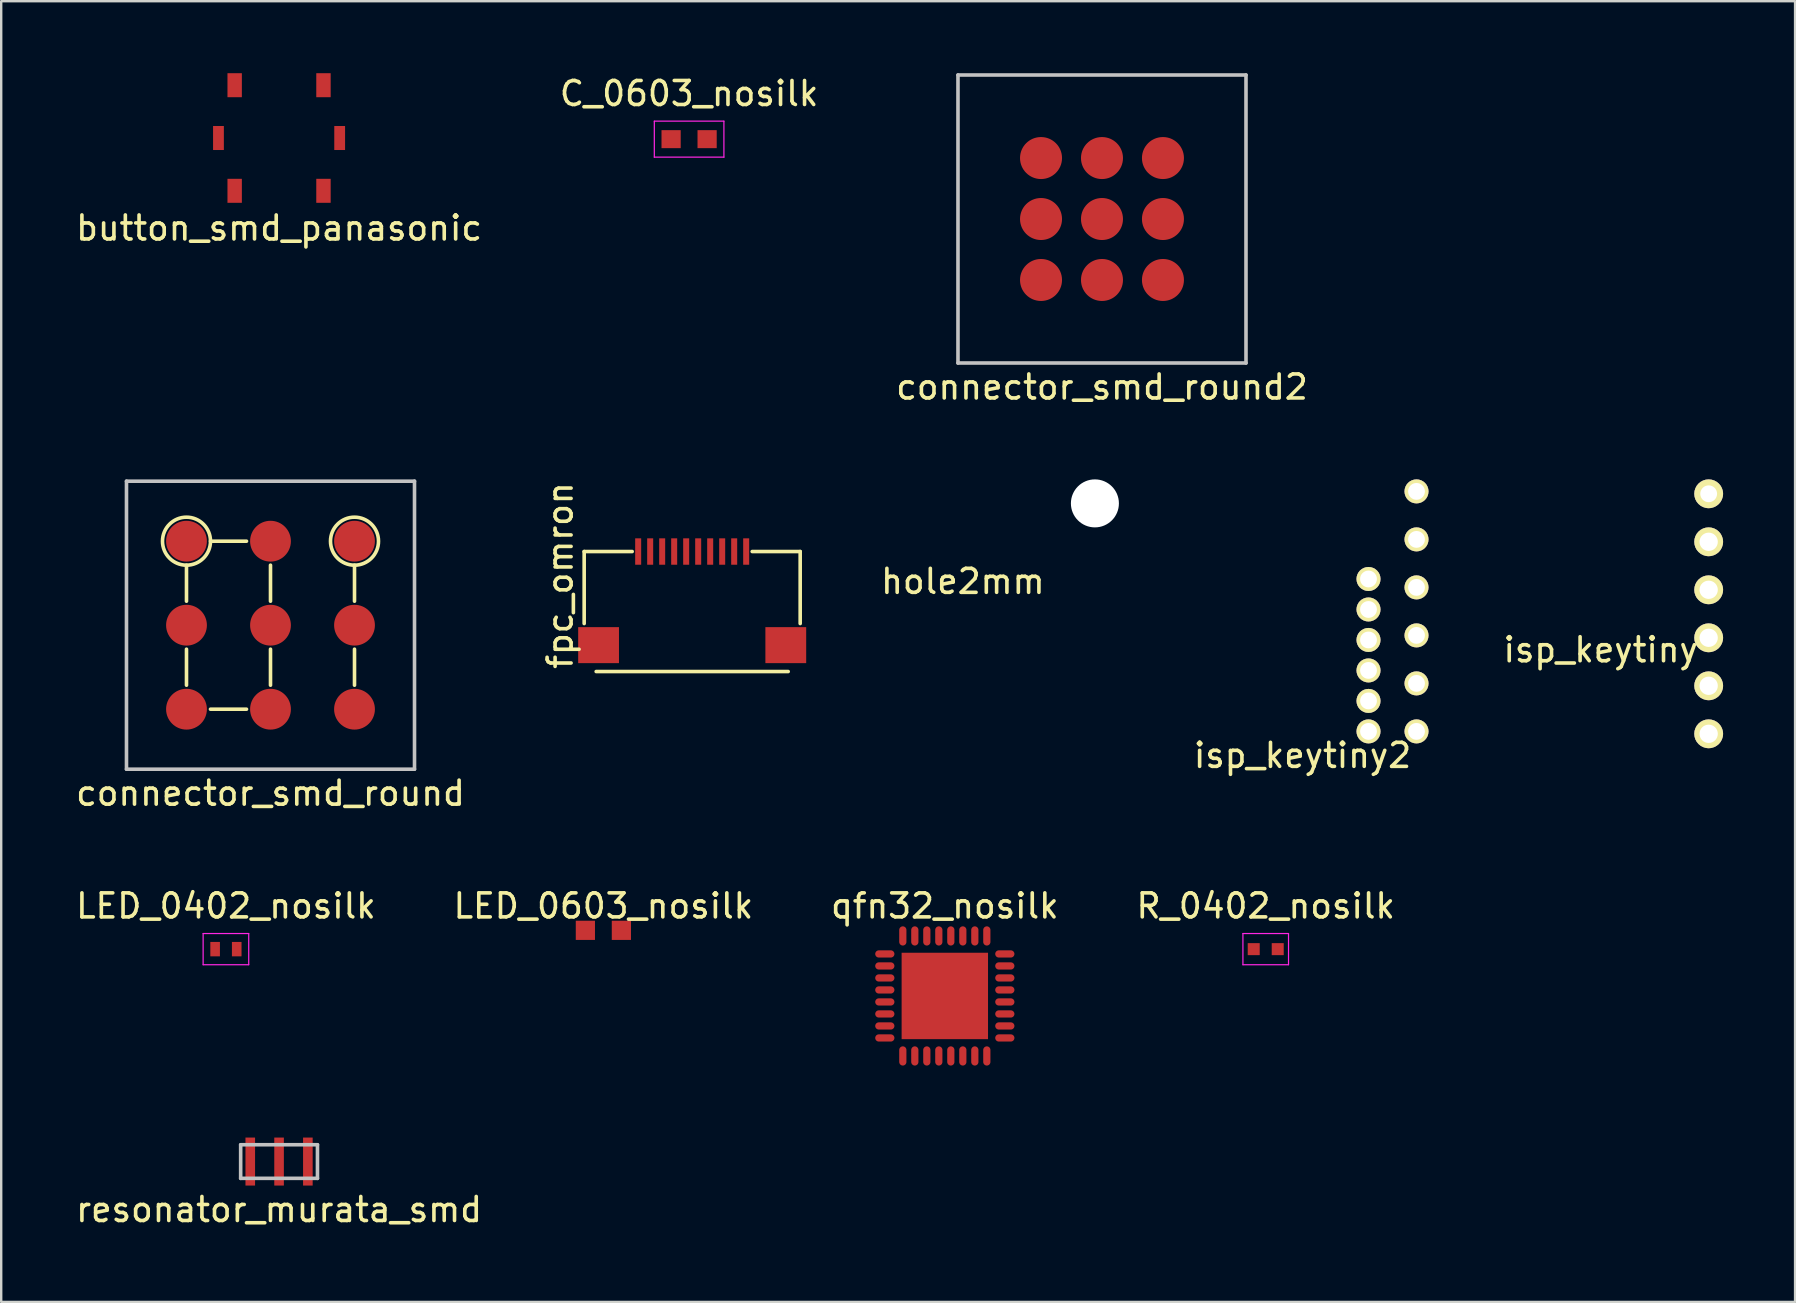
<source format=kicad_pcb>
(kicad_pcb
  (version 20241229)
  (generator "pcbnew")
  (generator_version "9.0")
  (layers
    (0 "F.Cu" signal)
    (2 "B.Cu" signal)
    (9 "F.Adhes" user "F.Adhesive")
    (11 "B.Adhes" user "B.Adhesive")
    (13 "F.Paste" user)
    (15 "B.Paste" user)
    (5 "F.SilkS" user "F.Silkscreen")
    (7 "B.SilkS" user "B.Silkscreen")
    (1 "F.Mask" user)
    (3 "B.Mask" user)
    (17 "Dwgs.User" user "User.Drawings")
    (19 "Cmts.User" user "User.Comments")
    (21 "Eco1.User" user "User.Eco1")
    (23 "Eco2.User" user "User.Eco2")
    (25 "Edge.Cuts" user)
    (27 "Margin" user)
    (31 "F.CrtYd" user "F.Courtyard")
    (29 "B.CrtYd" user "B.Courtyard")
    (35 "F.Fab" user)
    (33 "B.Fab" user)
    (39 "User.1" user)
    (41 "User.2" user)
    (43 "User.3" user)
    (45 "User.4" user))
  (footprint "LED_0402_nosilk"
    (layer "F.Cu")
    (at 6.363 36.495)
    (property "Reference" "LED_0402_nosilk" (at 0 -1.8 0) (layer "F.SilkS") (effects (font (size 1 1) (thickness 0.15))))
    (attr smd)
    (fp_line (start -0.95 -0.65) (end -0.95 0.65) (stroke (width 0.05) (type solid)) (layer "F.CrtYd"))
    (fp_line (start -0.95 -0.65) (end 0.95 -0.65) (stroke (width 0.05) (type solid)) (layer "F.CrtYd"))
    (fp_line (start -0.95 0.65) (end 0.95 0.65) (stroke (width 0.05) (type solid)) (layer "F.CrtYd"))
    (fp_line (start 0.95 -0.65) (end 0.95 0.65) (stroke (width 0.05) (type solid)) (layer "F.CrtYd"))
    (pad "1" smd rect (at -0.45 0) (size 0.4 0.6) (layers "F.Cu" "F.Mask" "F.Paste"))
    (pad "2" smd rect (at 0.45 0) (size 0.4 0.6) (layers "F.Cu" "F.Mask" "F.Paste")))
  (footprint "qfn32_nosilk"
    (layer "F.Cu")
    (at 36.315 38.445)
    (property "Reference" "qfn32_nosilk" (at 0 -3.75 0) (layer "F.SilkS") (effects (font (size 1 1) (thickness 0.15))))
    (attr through_hole)
    (pad "" smd rect (at 0 0) (size 2.7 2.7) (layers "F.Paste"))
    (pad "1" smd oval (at -2.5 -1.75) (size 0.8 0.3) (layers "F.Cu" "F.Mask" "F.Paste"))
    (pad "2" smd oval (at -2.5 -1.25) (size 0.8 0.3) (layers "F.Cu" "F.Mask" "F.Paste"))
    (pad "3" smd oval (at -2.5 -0.75) (size 0.8 0.3) (layers "F.Cu" "F.Mask" "F.Paste"))
    (pad "4" smd oval (at -2.5 -0.25) (size 0.8 0.3) (layers "F.Cu" "F.Mask" "F.Paste"))
    (pad "5" smd oval (at -2.5 0.25) (size 0.8 0.3) (layers "F.Cu" "F.Mask" "F.Paste"))
    (pad "6" smd oval (at -2.5 0.75) (size 0.8 0.3) (layers "F.Cu" "F.Mask" "F.Paste"))
    (pad "7" smd oval (at -2.5 1.25) (size 0.8 0.3) (layers "F.Cu" "F.Mask" "F.Paste"))
    (pad "8" smd oval (at -2.5 1.75) (size 0.8 0.3) (layers "F.Cu" "F.Mask" "F.Paste"))
    (pad "9" smd oval (at -1.75 2.5 90) (size 0.8 0.3) (layers "F.Cu" "F.Mask" "F.Paste"))
    (pad "10" smd oval (at -1.25 2.5 90) (size 0.8 0.3) (layers "F.Cu" "F.Mask" "F.Paste"))
    (pad "11" smd oval (at -0.75 2.5 90) (size 0.8 0.3) (layers "F.Cu" "F.Mask" "F.Paste"))
    (pad "12" smd oval (at -0.25 2.5 90) (size 0.8 0.3) (layers "F.Cu" "F.Mask" "F.Paste"))
    (pad "13" smd oval (at 0.25 2.5 90) (size 0.8 0.3) (layers "F.Cu" "F.Mask" "F.Paste"))
    (pad "14" smd oval (at 0.75 2.5 90) (size 0.8 0.3) (layers "F.Cu" "F.Mask" "F.Paste"))
    (pad "15" smd oval (at 1.25 2.5 90) (size 0.8 0.3) (layers "F.Cu" "F.Mask" "F.Paste"))
    (pad "16" smd oval (at 1.75 2.5 90) (size 0.8 0.3) (layers "F.Cu" "F.Mask" "F.Paste"))
    (pad "17" smd oval (at 2.5 1.75) (size 0.8 0.3) (layers "F.Cu" "F.Mask" "F.Paste"))
    (pad "18" smd oval (at 2.5 1.25) (size 0.8 0.3) (layers "F.Cu" "F.Mask" "F.Paste"))
    (pad "19" smd oval (at 2.5 0.75) (size 0.8 0.3) (layers "F.Cu" "F.Mask" "F.Paste"))
    (pad "20" smd oval (at 2.5 0.25) (size 0.8 0.3) (layers "F.Cu" "F.Mask" "F.Paste"))
    (pad "21" smd oval (at 2.5 -0.25) (size 0.8 0.3) (layers "F.Cu" "F.Mask" "F.Paste"))
    (pad "22" smd oval (at 2.5 -0.75) (size 0.8 0.3) (layers "F.Cu" "F.Mask" "F.Paste"))
    (pad "23" smd oval (at 2.5 -1.25) (size 0.8 0.3) (layers "F.Cu" "F.Mask" "F.Paste"))
    (pad "24" smd oval (at 2.5 -1.75) (size 0.8 0.3) (layers "F.Cu" "F.Mask" "F.Paste"))
    (pad "25" smd oval (at 1.75 -2.5 90) (size 0.8 0.3) (layers "F.Cu" "F.Mask" "F.Paste"))
    (pad "26" smd oval (at 1.25 -2.5 90) (size 0.8 0.3) (layers "F.Cu" "F.Mask" "F.Paste"))
    (pad "27" smd oval (at 0.75 -2.5 90) (size 0.8 0.3) (layers "F.Cu" "F.Mask" "F.Paste"))
    (pad "28" smd oval (at 0.25 -2.5 90) (size 0.8 0.3) (layers "F.Cu" "F.Mask" "F.Paste"))
    (pad "29" smd oval (at -0.25 -2.5 90) (size 0.8 0.3) (layers "F.Cu" "F.Mask" "F.Paste"))
    (pad "30" smd oval (at -0.75 -2.5 90) (size 0.8 0.3) (layers "F.Cu" "F.Mask" "F.Paste"))
    (pad "31" smd oval (at -1.25 -2.5 90) (size 0.8 0.3) (layers "F.Cu" "F.Mask" "F.Paste"))
    (pad "32" smd oval (at -1.75 -2.5 90) (size 0.8 0.3) (layers "F.Cu" "F.Mask" "F.Paste"))
    (pad "33" smd rect (at 0 0) (size 3.6 3.6) (layers "F.Cu" "F.Mask")))
  (footprint "resonator_murata_smd"
    (layer "F.Cu")
    (at 8.577 45.345)
    (property "Reference" "resonator_murata_smd" (at 0 2 0) (layer "F.SilkS") (effects (font (size 1 1) (thickness 0.15))))
    (attr through_hole)
    (fp_line (start -1.6 -0.7) (end 1.6 -0.7) (stroke (width 0.15) (type solid)) (layer "Dwgs.User"))
    (fp_line (start -1.6 0.7) (end -1.6 -0.7) (stroke (width 0.15) (type solid)) (layer "Dwgs.User"))
    (fp_line (start 1.6 -0.7) (end 1.6 0.7) (stroke (width 0.15) (type solid)) (layer "Dwgs.User"))
    (fp_line (start 1.6 0.7) (end -1.6 0.7) (stroke (width 0.15) (type solid)) (layer "Dwgs.User"))
    (pad "1" smd rect (at -1.2 0) (size 0.4 2) (layers "F.Cu" "F.Mask" "F.Paste"))
    (pad "2" smd rect (at 0 0) (size 0.4 2) (layers "F.Cu" "F.Mask" "F.Paste"))
    (pad "3" smd rect (at 1.2 0) (size 0.4 2) (layers "F.Cu" "F.Mask" "F.Paste")))
  (footprint "C_0603_nosilk"
    (layer "F.Cu")
    (at 25.661 2.748)
    (property "Reference" "C_0603_nosilk" (at 0 -1.9 0) (layer "F.SilkS") (effects (font (size 1 1) (thickness 0.15))))
    (attr smd)
    (fp_line (start -1.45 -0.75) (end -1.45 0.75) (stroke (width 0.05) (type solid)) (layer "F.CrtYd"))
    (fp_line (start -1.45 -0.75) (end 1.45 -0.75) (stroke (width 0.05) (type solid)) (layer "F.CrtYd"))
    (fp_line (start -1.45 0.75) (end 1.45 0.75) (stroke (width 0.05) (type solid)) (layer "F.CrtYd"))
    (fp_line (start 1.45 -0.75) (end 1.45 0.75) (stroke (width 0.05) (type solid)) (layer "F.CrtYd"))
    (pad "1" smd rect (at -0.75 0) (size 0.8 0.75) (layers "F.Cu" "F.Mask" "F.Paste"))
    (pad "2" smd rect (at 0.75 0) (size 0.8 0.75) (layers "F.Cu" "F.Mask" "F.Paste")))
  (footprint "fpc_omron"
    (layer "F.Cu")
    (at 25.789 19.929)
    (property "Reference" "fpc_omron" (at -5.5 1 90) (layer "F.SilkS") (effects (font (size 1 1) (thickness 0.15))))
    (attr through_hole)
    (fp_line (start -4.5 0) (end -4.5 3) (stroke (width 0.15) (type solid)) (layer "F.SilkS"))
    (fp_line (start -4 5) (end 4 5) (stroke (width 0.15) (type solid)) (layer "F.SilkS"))
    (fp_line (start -2.5 0) (end -4.5 0) (stroke (width 0.15) (type solid)) (layer "F.SilkS"))
    (fp_line (start 2.5 0) (end 4.5 0) (stroke (width 0.15) (type solid)) (layer "F.SilkS"))
    (fp_line (start 4.5 0) (end 4.5 3) (stroke (width 0.15) (type solid)) (layer "F.SilkS"))
    (pad "1" smd rect (at -2.25 0) (size 0.25 1.1) (layers "F.Cu" "F.Mask" "F.Paste"))
    (pad "2" smd rect (at -1.75 0) (size 0.25 1.1) (layers "F.Cu" "F.Mask" "F.Paste"))
    (pad "3" smd rect (at -1.25 0) (size 0.25 1.1) (layers "F.Cu" "F.Mask" "F.Paste"))
    (pad "4" smd rect (at -0.75 0) (size 0.25 1.1) (layers "F.Cu" "F.Mask" "F.Paste"))
    (pad "5" smd rect (at -0.25 0) (size 0.25 1.1) (layers "F.Cu" "F.Mask" "F.Paste"))
    (pad "6" smd rect (at 0.25 0) (size 0.25 1.1) (layers "F.Cu" "F.Mask" "F.Paste"))
    (pad "7" smd rect (at 0.75 0) (size 0.25 1.1) (layers "F.Cu" "F.Mask" "F.Paste"))
    (pad "8" smd rect (at 1.25 0) (size 0.25 1.1) (layers "F.Cu" "F.Mask" "F.Paste"))
    (pad "9" smd rect (at 1.75 0) (size 0.25 1.1) (layers "F.Cu" "F.Mask" "F.Paste"))
    (pad "10" smd rect (at 2.25 0) (size 0.25 1.1) (layers "F.Cu" "F.Mask" "F.Paste"))
    (pad "11" smd rect (at -3.9 3.9) (size 1.7 1.5) (layers "F.Cu" "F.Mask" "F.Paste"))
    (pad "12" smd rect (at 3.9 3.9) (size 1.7 1.5) (layers "F.Cu" "F.Mask" "F.Paste")))
  (footprint "connector_smd_round2"
    (layer "F.Cu")
    (at 42.863 6.075)
    (property "Reference" "connector_smd_round2" (at 0 7 0) (layer "F.SilkS") (effects (font (size 1 1) (thickness 0.15))))
    (attr through_hole)
    (fp_line (start -6 -6) (end 6 -6) (stroke (width 0.15) (type solid)) (layer "Dwgs.User"))
    (fp_line (start -6 6) (end -6 -6) (stroke (width 0.15) (type solid)) (layer "Dwgs.User"))
    (fp_line (start 6 -6) (end 6 6) (stroke (width 0.15) (type solid)) (layer "Dwgs.User"))
    (fp_line (start 6 6) (end -6 6) (stroke (width 0.15) (type solid)) (layer "Dwgs.User"))
    (pad "1" smd circle (at -2.54 -2.54) (size 1.75 1.75) (layers "F.Cu" "F.Mask" "F.Paste"))
    (pad "2" smd circle (at 0 -2.54) (size 1.75 1.75) (layers "F.Cu" "F.Mask" "F.Paste"))
    (pad "3" smd circle (at 2.54 -2.54) (size 1.75 1.75) (layers "F.Cu" "F.Mask" "F.Paste"))
    (pad "4" smd circle (at -2.54 0) (size 1.75 1.75) (layers "F.Cu" "F.Mask" "F.Paste"))
    (pad "5" smd circle (at 0 0) (size 1.75 1.75) (layers "F.Cu" "F.Mask" "F.Paste"))
    (pad "6" smd circle (at 2.54 0) (size 1.75 1.75) (layers "F.Cu" "F.Mask" "F.Paste"))
    (pad "7" smd circle (at -2.54 2.54) (size 1.75 1.75) (layers "F.Cu" "F.Mask" "F.Paste"))
    (pad "8" smd circle (at 0 2.54) (size 1.75 1.75) (layers "F.Cu" "F.Mask" "F.Paste"))
    (pad "9" smd circle (at 2.54 2.54) (size 1.75 1.75) (layers "F.Cu" "F.Mask" "F.Paste")))
  (footprint "R_0402_nosilk"
    (layer "F.Cu")
    (at 49.685 36.495)
    (property "Reference" "R_0402_nosilk" (at 0 -1.8 0) (layer "F.SilkS") (effects (font (size 1 1) (thickness 0.15))))
    (attr smd)
    (fp_line (start -0.95 -0.65) (end -0.95 0.65) (stroke (width 0.05) (type solid)) (layer "F.CrtYd"))
    (fp_line (start -0.95 -0.65) (end 0.95 -0.65) (stroke (width 0.05) (type solid)) (layer "F.CrtYd"))
    (fp_line (start -0.95 0.65) (end 0.95 0.65) (stroke (width 0.05) (type solid)) (layer "F.CrtYd"))
    (fp_line (start 0.95 -0.65) (end 0.95 0.65) (stroke (width 0.05) (type solid)) (layer "F.CrtYd"))
    (pad "1" smd rect (at -0.5 0) (size 0.5 0.5) (layers "F.Cu" "F.Mask" "F.Paste"))
    (pad "2" smd rect (at 0.5 0) (size 0.5 0.5) (layers "F.Cu" "F.Mask" "F.Paste")))
  (footprint "LED_0603_nosilk"
    (layer "F.Cu")
    (at 22.089 35.711)
    (property "Reference" "LED_0603_nosilk" (at 0 -1.016 0) (layer "F.SilkS") (effects (font (size 1 1) (thickness 0.15))))
    (attr smd)
    (pad "1" smd rect (at -0.75 0) (size 0.8 0.8) (layers "F.Cu" "F.Mask" "F.Paste"))
    (pad "2" smd rect (at 0.75 0) (size 0.8 0.8) (layers "F.Cu" "F.Mask" "F.Paste")))
  (footprint "isp_keytiny"
    (layer "F.Cu")
    (at 68.14 22.523)
    (property "Reference" "isp_keytiny" (at -4.5 1.5 0) (layer "F.SilkS") (effects (font (size 1 1) (thickness 0.15))))
    (attr through_hole)
    (pad "1" thru_hole circle (at 0 -5) (size 1.2 1.2) (drill 0.7) (layers "*.Cu" "*.Mask" "F.SilkS"))
    (pad "2" thru_hole circle (at 0 -3) (size 1.2 1.2) (drill 0.762) (layers "*.Cu" "*.Mask" "F.SilkS"))
    (pad "3" thru_hole circle (at 0 -1) (size 1.2 1.2) (drill 0.762) (layers "*.Cu" "*.Mask" "F.SilkS"))
    (pad "4" thru_hole circle (at 0 1) (size 1.2 1.2) (drill 0.762) (layers "*.Cu" "*.Mask" "F.SilkS"))
    (pad "5" thru_hole circle (at 0 3) (size 1.2 1.2) (drill 0.762) (layers "*.Cu" "*.Mask" "F.SilkS"))
    (pad "6" thru_hole circle (at 0 5) (size 1.2 1.2) (drill 0.762) (layers "*.Cu" "*.Mask" "F.SilkS")))
  (footprint "hole2mm"
    (layer "F.Cu")
    (at 42.568 17.923)
    (property "Reference" "hole2mm" (at -5.5 3.25 0) (layer "F.SilkS") (effects (font (size 1 1) (thickness 0.15))))
    (attr through_hole)
    (pad "" np_thru_hole circle (at 0 0) (size 2 2) (drill 2) (layers "*.Cu")))
  (footprint "isp_keytiny2"
    (layer "F.Cu")
    (at 53.967 27.423)
    (property "Reference" "isp_keytiny2" (at -2.75 1 0) (layer "F.SilkS") (effects (font (size 1 1) (thickness 0.15))))
    (attr through_hole)
    (pad "1" thru_hole circle (at 0 0) (size 1 1) (drill 0.7) (layers "*.Cu" "*.Mask" "F.SilkS"))
    (pad "2" thru_hole circle (at 0 -1.27) (size 1 1) (drill 0.7) (layers "*.Cu" "*.Mask" "F.SilkS"))
    (pad "3" thru_hole circle (at 0 -2.54) (size 1 1) (drill 0.7) (layers "*.Cu" "*.Mask" "F.SilkS"))
    (pad "4" thru_hole circle (at 0 -3.81) (size 1 1) (drill 0.7) (layers "*.Cu" "*.Mask" "F.SilkS"))
    (pad "5" thru_hole circle (at 0 -5.08) (size 1 1) (drill 0.7) (layers "*.Cu" "*.Mask" "F.SilkS"))
    (pad "6" thru_hole circle (at 0 -6.35) (size 1 1) (drill 0.7) (layers "*.Cu" "*.Mask" "F.SilkS"))
    (pad "9" thru_hole circle (at 2 0) (size 1 1) (drill 0.7) (layers "*.Cu" "*.Mask" "F.SilkS"))
    (pad "10" thru_hole circle (at 2 -2) (size 1 1) (drill 0.7) (layers "*.Cu" "*.Mask" "F.SilkS"))
    (pad "11" thru_hole circle (at 2 -4) (size 1 1) (drill 0.7) (layers "*.Cu" "*.Mask" "F.SilkS"))
    (pad "12" thru_hole circle (at 2 -6) (size 1 1) (drill 0.7) (layers "*.Cu" "*.Mask" "F.SilkS"))
    (pad "14" thru_hole circle (at 2 -8) (size 1 1) (drill 0.7) (layers "*.Cu" "*.Mask" "F.SilkS"))
    (pad "15" thru_hole circle (at 2 -10) (size 1 1) (drill 0.7) (layers "*.Cu" "*.Mask" "F.SilkS")))
  (footprint "connector_smd_round"
    (layer "F.Cu")
    (at 8.22 22.998)
    (property "Reference" "connector_smd_round" (at 0 7 0) (layer "F.SilkS") (effects (font (size 1 1) (thickness 0.15))))
    (attr through_hole)
    (fp_line (start -3.5 -1) (end -3.5 -2.5) (stroke (width 0.15) (type solid)) (layer "F.SilkS"))
    (fp_line (start -3.5 2.5) (end -3.5 1) (stroke (width 0.15) (type solid)) (layer "F.SilkS"))
    (fp_line (start -2.5 3.5) (end -1 3.5) (stroke (width 0.15) (type solid)) (layer "F.SilkS"))
    (fp_line (start -1 -3.5) (end -2.5 -3.5) (stroke (width 0.15) (type solid)) (layer "F.SilkS"))
    (fp_line (start 0 -2.5) (end 0 -1) (stroke (width 0.15) (type solid)) (layer "F.SilkS"))
    (fp_line (start 0 2.5) (end 0 1) (stroke (width 0.15) (type solid)) (layer "F.SilkS"))
    (fp_line (start 3.5 -2.5) (end 3.5 -1) (stroke (width 0.15) (type solid)) (layer "F.SilkS"))
    (fp_line (start 3.5 1) (end 3.5 2.5) (stroke (width 0.15) (type solid)) (layer "F.SilkS"))
    (fp_circle (center -3.5 -3.5) (end -3.5 -2.5) (stroke (width 0.15) (type solid)) (fill no) (layer "F.SilkS"))
    (fp_circle (center 3.5 -3.5) (end 3.5 -2.5) (stroke (width 0.15) (type solid)) (fill no) (layer "F.SilkS"))
    (fp_line (start -6 -6) (end 6 -6) (stroke (width 0.15) (type solid)) (layer "Dwgs.User"))
    (fp_line (start -6 6) (end -6 -6) (stroke (width 0.15) (type solid)) (layer "Dwgs.User"))
    (fp_line (start 6 -6) (end 6 6) (stroke (width 0.15) (type solid)) (layer "Dwgs.User"))
    (fp_line (start 6 6) (end -6 6) (stroke (width 0.15) (type solid)) (layer "Dwgs.User"))
    (pad "1" smd circle (at -3.5 -3.5) (size 1.7 1.7) (layers "F.Cu" "F.Mask" "F.Paste"))
    (pad "2" smd circle (at 0 -3.5) (size 1.7 1.7) (layers "F.Cu" "F.Mask" "F.Paste"))
    (pad "3" smd circle (at 3.5 -3.5) (size 1.7 1.7) (layers "F.Cu" "F.Mask" "F.Paste"))
    (pad "4" smd circle (at -3.5 0) (size 1.7 1.7) (layers "F.Cu" "F.Mask" "F.Paste"))
    (pad "5" smd circle (at 0 0) (size 1.7 1.7) (layers "F.Cu" "F.Mask" "F.Paste"))
    (pad "6" smd circle (at 3.5 0) (size 1.7 1.7) (layers "F.Cu" "F.Mask" "F.Paste"))
    (pad "7" smd circle (at -3.5 3.5) (size 1.7 1.7) (layers "F.Cu" "F.Mask" "F.Paste"))
    (pad "8" smd circle (at 0 3.5) (size 1.7 1.7) (layers "F.Cu" "F.Mask" "F.Paste"))
    (pad "9" smd circle (at 3.5 3.5) (size 1.7 1.7) (layers "F.Cu" "F.Mask" "F.Paste")))
  (footprint "button_smd_panasonic"
    (layer "F.Cu")
    (at 8.577 2.7)
    (property "Reference" "button_smd_panasonic" (at 0 3.75 0) (layer "F.SilkS") (effects (font (size 1 1) (thickness 0.15))))
    (attr through_hole)
    (pad "1" smd rect (at -1.85 -2.2) (size 0.6 1) (layers "F.Cu" "F.Mask" "F.Paste"))
    (pad "2" smd rect (at 1.85 -2.2) (size 0.6 1) (layers "F.Cu" "F.Mask" "F.Paste"))
    (pad "3" smd rect (at -1.85 2.2) (size 0.6 1) (layers "F.Cu" "F.Mask" "F.Paste"))
    (pad "4" smd rect (at 1.85 2.2) (size 0.6 1) (layers "F.Cu" "F.Mask" "F.Paste"))
    (pad "5" smd rect (at -2.525 0) (size 0.45 1) (layers "F.Cu" "F.Mask" "F.Paste"))
    (pad "6" smd rect (at 2.525 0) (size 0.45 1) (layers "F.Cu" "F.Mask" "F.Paste")))
  (gr_rect
    (start -3 -3)
    (end 71.74 51.193)
    (stroke (width 0.1) (type default))
    (fill no)
    (layer "Edge.Cuts")))
</source>
